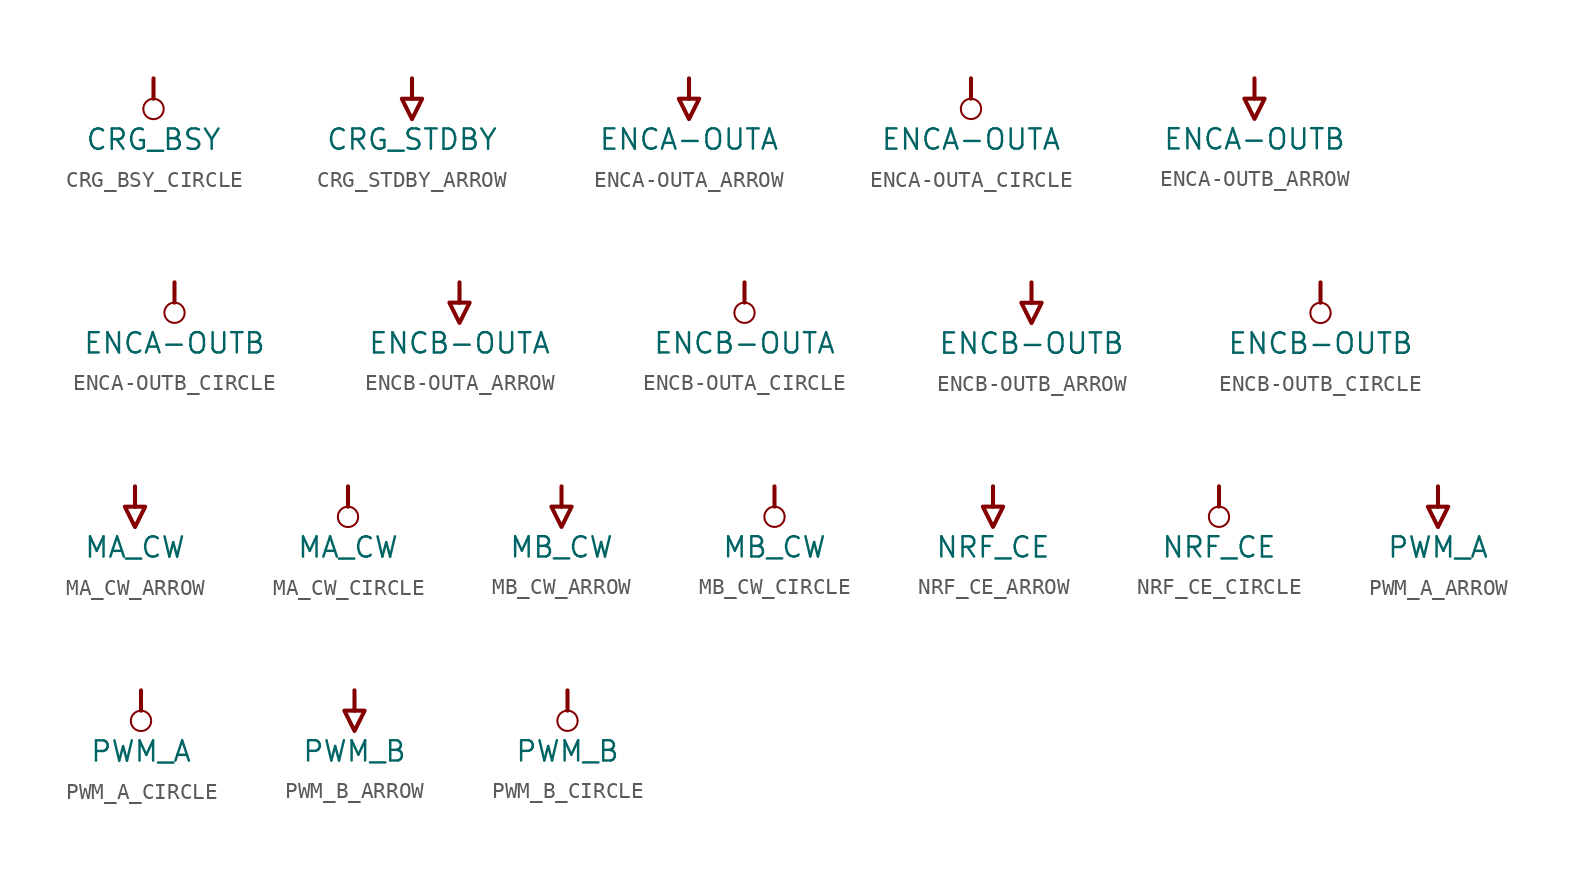
<source format=kicad_sym>
(kicad_symbol_lib
  (version 20241209)
  (generator "kicad_symbol_editor")
  (generator_version "9.0")
  (symbol "CRG_BSY_CIRCLE"
    (power)
    (property "Reference" "#PWR"
      (at 0 0 0)
      (effects (font (size 1.27 1.27)) (hide yes)))
    (property "Value" "CRG_BSY"
      (at 0 -3.81 0)
      (effects (font (size 1.27 1.27))))
    (symbol "CRG_BSY_CIRCLE_0_0"
      (polyline (pts (xy 0 0) (xy 0 -1.27)) (stroke (width 0.254) (type solid)) (fill (type none)))
      (circle (center 0 -1.905) (radius 0.635) (stroke (width 0.127) (type solid)) (fill (type none)))
      (pin power_in line (at 0 0 0) (length 0) (hide yes) (name "CRG_BSY" (effects (font (size 1.27 1.27)))) (number "" (effects (font (size 1.27 1.27)))))))
  (symbol "CRG_STDBY_ARROW"
    (power)
    (property "Reference" "#PWR"
      (at 0 0 0)
      (effects (font (size 1.27 1.27)) (hide yes)))
    (property "Value" "CRG_STDBY"
      (at 0 -3.81 0)
      (effects (font (size 1.27 1.27))))
    (symbol "CRG_STDBY_ARROW_0_0"
      (polyline (pts (xy -0.635 -1.27) (xy 0.635 -1.27) (xy 0 -2.54) (xy -0.635 -1.27)) (stroke (width 0.254) (type solid)) (fill (type none)))
      (polyline (pts (xy 0 0) (xy 0 -1.27)) (stroke (width 0.254) (type solid)) (fill (type none)))
      (pin power_in line (at 0 0 0) (length 0) (hide yes) (name "CRG_STDBY" (effects (font (size 1.27 1.27)))) (number "" (effects (font (size 1.27 1.27)))))))
  (symbol "ENCA-OUTA_ARROW"
    (power)
    (property "Reference" "#PWR"
      (at 0 0 0)
      (effects (font (size 1.27 1.27)) (hide yes)))
    (property "Value" "ENCA-OUTA"
      (at 0 -3.81 0)
      (effects (font (size 1.27 1.27))))
    (symbol "ENCA-OUTA_ARROW_0_0"
      (polyline (pts (xy -0.635 -1.27) (xy 0.635 -1.27) (xy 0 -2.54) (xy -0.635 -1.27)) (stroke (width 0.254) (type solid)) (fill (type none)))
      (polyline (pts (xy 0 0) (xy 0 -1.27)) (stroke (width 0.254) (type solid)) (fill (type none)))
      (pin power_in line (at 0 0 0) (length 0) (hide yes) (name "ENCA-OUTA" (effects (font (size 1.27 1.27)))) (number "" (effects (font (size 1.27 1.27)))))))
  (symbol "ENCA-OUTA_CIRCLE"
    (power)
    (property "Reference" "#PWR"
      (at 0 0 0)
      (effects (font (size 1.27 1.27)) (hide yes)))
    (property "Value" "ENCA-OUTA"
      (at 0 -3.81 0)
      (effects (font (size 1.27 1.27))))
    (symbol "ENCA-OUTA_CIRCLE_0_0"
      (polyline (pts (xy 0 0) (xy 0 -1.27)) (stroke (width 0.254) (type solid)) (fill (type none)))
      (circle (center 0 -1.905) (radius 0.635) (stroke (width 0.127) (type solid)) (fill (type none)))
      (pin power_in line (at 0 0 0) (length 0) (hide yes) (name "ENCA-OUTA" (effects (font (size 1.27 1.27)))) (number "" (effects (font (size 1.27 1.27)))))))
  (symbol "ENCA-OUTB_ARROW"
    (power)
    (property "Reference" "#PWR"
      (at 0 0 0)
      (effects (font (size 1.27 1.27)) (hide yes)))
    (property "Value" "ENCA-OUTB"
      (at 0 -3.81 0)
      (effects (font (size 1.27 1.27))))
    (symbol "ENCA-OUTB_ARROW_0_0"
      (polyline (pts (xy -0.635 -1.27) (xy 0.635 -1.27) (xy 0 -2.54) (xy -0.635 -1.27)) (stroke (width 0.254) (type solid)) (fill (type none)))
      (polyline (pts (xy 0 0) (xy 0 -1.27)) (stroke (width 0.254) (type solid)) (fill (type none)))
      (pin power_in line (at 0 0 0) (length 0) (hide yes) (name "ENCA-OUTB" (effects (font (size 1.27 1.27)))) (number "" (effects (font (size 1.27 1.27)))))))
  (symbol "ENCA-OUTB_CIRCLE"
    (power)
    (property "Reference" "#PWR"
      (at 0 0 0)
      (effects (font (size 1.27 1.27)) (hide yes)))
    (property "Value" "ENCA-OUTB"
      (at 0 -3.81 0)
      (effects (font (size 1.27 1.27))))
    (symbol "ENCA-OUTB_CIRCLE_0_0"
      (polyline (pts (xy 0 0) (xy 0 -1.27)) (stroke (width 0.254) (type solid)) (fill (type none)))
      (circle (center 0 -1.905) (radius 0.635) (stroke (width 0.127) (type solid)) (fill (type none)))
      (pin power_in line (at 0 0 0) (length 0) (hide yes) (name "ENCA-OUTB" (effects (font (size 1.27 1.27)))) (number "" (effects (font (size 1.27 1.27)))))))
  (symbol "ENCB-OUTA_ARROW"
    (power)
    (property "Reference" "#PWR"
      (at 0 0 0)
      (effects (font (size 1.27 1.27)) (hide yes)))
    (property "Value" "ENCB-OUTA"
      (at 0 -3.81 0)
      (effects (font (size 1.27 1.27))))
    (symbol "ENCB-OUTA_ARROW_0_0"
      (polyline (pts (xy -0.635 -1.27) (xy 0.635 -1.27) (xy 0 -2.54) (xy -0.635 -1.27)) (stroke (width 0.254) (type solid)) (fill (type none)))
      (polyline (pts (xy 0 0) (xy 0 -1.27)) (stroke (width 0.254) (type solid)) (fill (type none)))
      (pin power_in line (at 0 0 0) (length 0) (hide yes) (name "ENCB-OUTA" (effects (font (size 1.27 1.27)))) (number "" (effects (font (size 1.27 1.27)))))))
  (symbol "ENCB-OUTA_CIRCLE"
    (power)
    (property "Reference" "#PWR"
      (at 0 0 0)
      (effects (font (size 1.27 1.27)) (hide yes)))
    (property "Value" "ENCB-OUTA"
      (at 0 -3.81 0)
      (effects (font (size 1.27 1.27))))
    (symbol "ENCB-OUTA_CIRCLE_0_0"
      (polyline (pts (xy 0 0) (xy 0 -1.27)) (stroke (width 0.254) (type solid)) (fill (type none)))
      (circle (center 0 -1.905) (radius 0.635) (stroke (width 0.127) (type solid)) (fill (type none)))
      (pin power_in line (at 0 0 0) (length 0) (hide yes) (name "ENCB-OUTA" (effects (font (size 1.27 1.27)))) (number "" (effects (font (size 1.27 1.27)))))))
  (symbol "ENCB-OUTB_ARROW"
    (power)
    (property "Reference" "#PWR"
      (at 0 0 0)
      (effects (font (size 1.27 1.27)) (hide yes)))
    (property "Value" "ENCB-OUTB"
      (at 0 -3.81 0)
      (effects (font (size 1.27 1.27))))
    (symbol "ENCB-OUTB_ARROW_0_0"
      (polyline (pts (xy -0.635 -1.27) (xy 0.635 -1.27) (xy 0 -2.54) (xy -0.635 -1.27)) (stroke (width 0.254) (type solid)) (fill (type none)))
      (polyline (pts (xy 0 0) (xy 0 -1.27)) (stroke (width 0.254) (type solid)) (fill (type none)))
      (pin power_in line (at 0 0 0) (length 0) (hide yes) (name "ENCB-OUTB" (effects (font (size 1.27 1.27)))) (number "" (effects (font (size 1.27 1.27)))))))
  (symbol "ENCB-OUTB_CIRCLE"
    (power)
    (property "Reference" "#PWR"
      (at 0 0 0)
      (effects (font (size 1.27 1.27)) (hide yes)))
    (property "Value" "ENCB-OUTB"
      (at 0 -3.81 0)
      (effects (font (size 1.27 1.27))))
    (symbol "ENCB-OUTB_CIRCLE_0_0"
      (polyline (pts (xy 0 0) (xy 0 -1.27)) (stroke (width 0.254) (type solid)) (fill (type none)))
      (circle (center 0 -1.905) (radius 0.635) (stroke (width 0.127) (type solid)) (fill (type none)))
      (pin power_in line (at 0 0 0) (length 0) (hide yes) (name "ENCB-OUTB" (effects (font (size 1.27 1.27)))) (number "" (effects (font (size 1.27 1.27)))))))
  (symbol "MA_CW_ARROW"
    (power)
    (property "Reference" "#PWR"
      (at 0 0 0)
      (effects (font (size 1.27 1.27)) (hide yes)))
    (property "Value" "MA_CW"
      (at 0 -3.81 0)
      (effects (font (size 1.27 1.27))))
    (symbol "MA_CW_ARROW_0_0"
      (polyline (pts (xy -0.635 -1.27) (xy 0.635 -1.27) (xy 0 -2.54) (xy -0.635 -1.27)) (stroke (width 0.254) (type solid)) (fill (type none)))
      (polyline (pts (xy 0 0) (xy 0 -1.27)) (stroke (width 0.254) (type solid)) (fill (type none)))
      (pin power_in line (at 0 0 0) (length 0) (hide yes) (name "MA_CW" (effects (font (size 1.27 1.27)))) (number "" (effects (font (size 1.27 1.27)))))))
  (symbol "MA_CW_CIRCLE"
    (power)
    (property "Reference" "#PWR"
      (at 0 0 0)
      (effects (font (size 1.27 1.27)) (hide yes)))
    (property "Value" "MA_CW"
      (at 0 -3.81 0)
      (effects (font (size 1.27 1.27))))
    (symbol "MA_CW_CIRCLE_0_0"
      (polyline (pts (xy 0 0) (xy 0 -1.27)) (stroke (width 0.254) (type solid)) (fill (type none)))
      (circle (center 0 -1.905) (radius 0.635) (stroke (width 0.127) (type solid)) (fill (type none)))
      (pin power_in line (at 0 0 0) (length 0) (hide yes) (name "MA_CW" (effects (font (size 1.27 1.27)))) (number "" (effects (font (size 1.27 1.27)))))))
  (symbol "MB_CW_ARROW"
    (power)
    (property "Reference" "#PWR"
      (at 0 0 0)
      (effects (font (size 1.27 1.27)) (hide yes)))
    (property "Value" "MB_CW"
      (at 0 -3.81 0)
      (effects (font (size 1.27 1.27))))
    (symbol "MB_CW_ARROW_0_0"
      (polyline (pts (xy -0.635 -1.27) (xy 0.635 -1.27) (xy 0 -2.54) (xy -0.635 -1.27)) (stroke (width 0.254) (type solid)) (fill (type none)))
      (polyline (pts (xy 0 0) (xy 0 -1.27)) (stroke (width 0.254) (type solid)) (fill (type none)))
      (pin power_in line (at 0 0 0) (length 0) (hide yes) (name "MB_CW" (effects (font (size 1.27 1.27)))) (number "" (effects (font (size 1.27 1.27)))))))
  (symbol "MB_CW_CIRCLE"
    (power)
    (property "Reference" "#PWR"
      (at 0 0 0)
      (effects (font (size 1.27 1.27)) (hide yes)))
    (property "Value" "MB_CW"
      (at 0 -3.81 0)
      (effects (font (size 1.27 1.27))))
    (symbol "MB_CW_CIRCLE_0_0"
      (polyline (pts (xy 0 0) (xy 0 -1.27)) (stroke (width 0.254) (type solid)) (fill (type none)))
      (circle (center 0 -1.905) (radius 0.635) (stroke (width 0.127) (type solid)) (fill (type none)))
      (pin power_in line (at 0 0 0) (length 0) (hide yes) (name "MB_CW" (effects (font (size 1.27 1.27)))) (number "" (effects (font (size 1.27 1.27)))))))
  (symbol "NRF_CE_ARROW"
    (power)
    (property "Reference" "#PWR"
      (at 0 0 0)
      (effects (font (size 1.27 1.27)) (hide yes)))
    (property "Value" "NRF_CE"
      (at 0 -3.81 0)
      (effects (font (size 1.27 1.27))))
    (symbol "NRF_CE_ARROW_0_0"
      (polyline (pts (xy -0.635 -1.27) (xy 0.635 -1.27) (xy 0 -2.54) (xy -0.635 -1.27)) (stroke (width 0.254) (type solid)) (fill (type none)))
      (polyline (pts (xy 0 0) (xy 0 -1.27)) (stroke (width 0.254) (type solid)) (fill (type none)))
      (pin power_in line (at 0 0 0) (length 0) (hide yes) (name "NRF_CE" (effects (font (size 1.27 1.27)))) (number "" (effects (font (size 1.27 1.27)))))))
  (symbol "NRF_CE_CIRCLE"
    (power)
    (property "Reference" "#PWR"
      (at 0 0 0)
      (effects (font (size 1.27 1.27)) (hide yes)))
    (property "Value" "NRF_CE"
      (at 0 -3.81 0)
      (effects (font (size 1.27 1.27))))
    (symbol "NRF_CE_CIRCLE_0_0"
      (polyline (pts (xy 0 0) (xy 0 -1.27)) (stroke (width 0.254) (type solid)) (fill (type none)))
      (circle (center 0 -1.905) (radius 0.635) (stroke (width 0.127) (type solid)) (fill (type none)))
      (pin power_in line (at 0 0 0) (length 0) (hide yes) (name "NRF_CE" (effects (font (size 1.27 1.27)))) (number "" (effects (font (size 1.27 1.27)))))))
  (symbol "PWM_A_ARROW"
    (power)
    (property "Reference" "#PWR"
      (at 0 0 0)
      (effects (font (size 1.27 1.27)) (hide yes)))
    (property "Value" "PWM_A"
      (at 0 -3.81 0)
      (effects (font (size 1.27 1.27))))
    (symbol "PWM_A_ARROW_0_0"
      (polyline (pts (xy -0.635 -1.27) (xy 0.635 -1.27) (xy 0 -2.54) (xy -0.635 -1.27)) (stroke (width 0.254) (type solid)) (fill (type none)))
      (polyline (pts (xy 0 0) (xy 0 -1.27)) (stroke (width 0.254) (type solid)) (fill (type none)))
      (pin power_in line (at 0 0 0) (length 0) (hide yes) (name "PWM_A" (effects (font (size 1.27 1.27)))) (number "" (effects (font (size 1.27 1.27)))))))
  (symbol "PWM_A_CIRCLE"
    (power)
    (property "Reference" "#PWR"
      (at 0 0 0)
      (effects (font (size 1.27 1.27)) (hide yes)))
    (property "Value" "PWM_A"
      (at 0 -3.81 0)
      (effects (font (size 1.27 1.27))))
    (symbol "PWM_A_CIRCLE_0_0"
      (polyline (pts (xy 0 0) (xy 0 -1.27)) (stroke (width 0.254) (type solid)) (fill (type none)))
      (circle (center 0 -1.905) (radius 0.635) (stroke (width 0.127) (type solid)) (fill (type none)))
      (pin power_in line (at 0 0 0) (length 0) (hide yes) (name "PWM_A" (effects (font (size 1.27 1.27)))) (number "" (effects (font (size 1.27 1.27)))))))
  (symbol "PWM_B_ARROW"
    (power)
    (property "Reference" "#PWR"
      (at 0 0 0)
      (effects (font (size 1.27 1.27)) (hide yes)))
    (property "Value" "PWM_B"
      (at 0 -3.81 0)
      (effects (font (size 1.27 1.27))))
    (symbol "PWM_B_ARROW_0_0"
      (polyline (pts (xy -0.635 -1.27) (xy 0.635 -1.27) (xy 0 -2.54) (xy -0.635 -1.27)) (stroke (width 0.254) (type solid)) (fill (type none)))
      (polyline (pts (xy 0 0) (xy 0 -1.27)) (stroke (width 0.254) (type solid)) (fill (type none)))
      (pin power_in line (at 0 0 0) (length 0) (hide yes) (name "PWM_B" (effects (font (size 1.27 1.27)))) (number "" (effects (font (size 1.27 1.27)))))))
  (symbol "PWM_B_CIRCLE"
    (power)
    (property "Reference" "#PWR"
      (at 0 0 0)
      (effects (font (size 1.27 1.27)) (hide yes)))
    (property "Value" "PWM_B"
      (at 0 -3.81 0)
      (effects (font (size 1.27 1.27))))
    (symbol "PWM_B_CIRCLE_0_0"
      (polyline (pts (xy 0 0) (xy 0 -1.27)) (stroke (width 0.254) (type solid)) (fill (type none)))
      (circle (center 0 -1.905) (radius 0.635) (stroke (width 0.127) (type solid)) (fill (type none)))
      (pin power_in line (at 0 0 0) (length 0) (hide yes) (name "PWM_B" (effects (font (size 1.27 1.27)))) (number "" (effects (font (size 1.27 1.27))))))))
</source>
